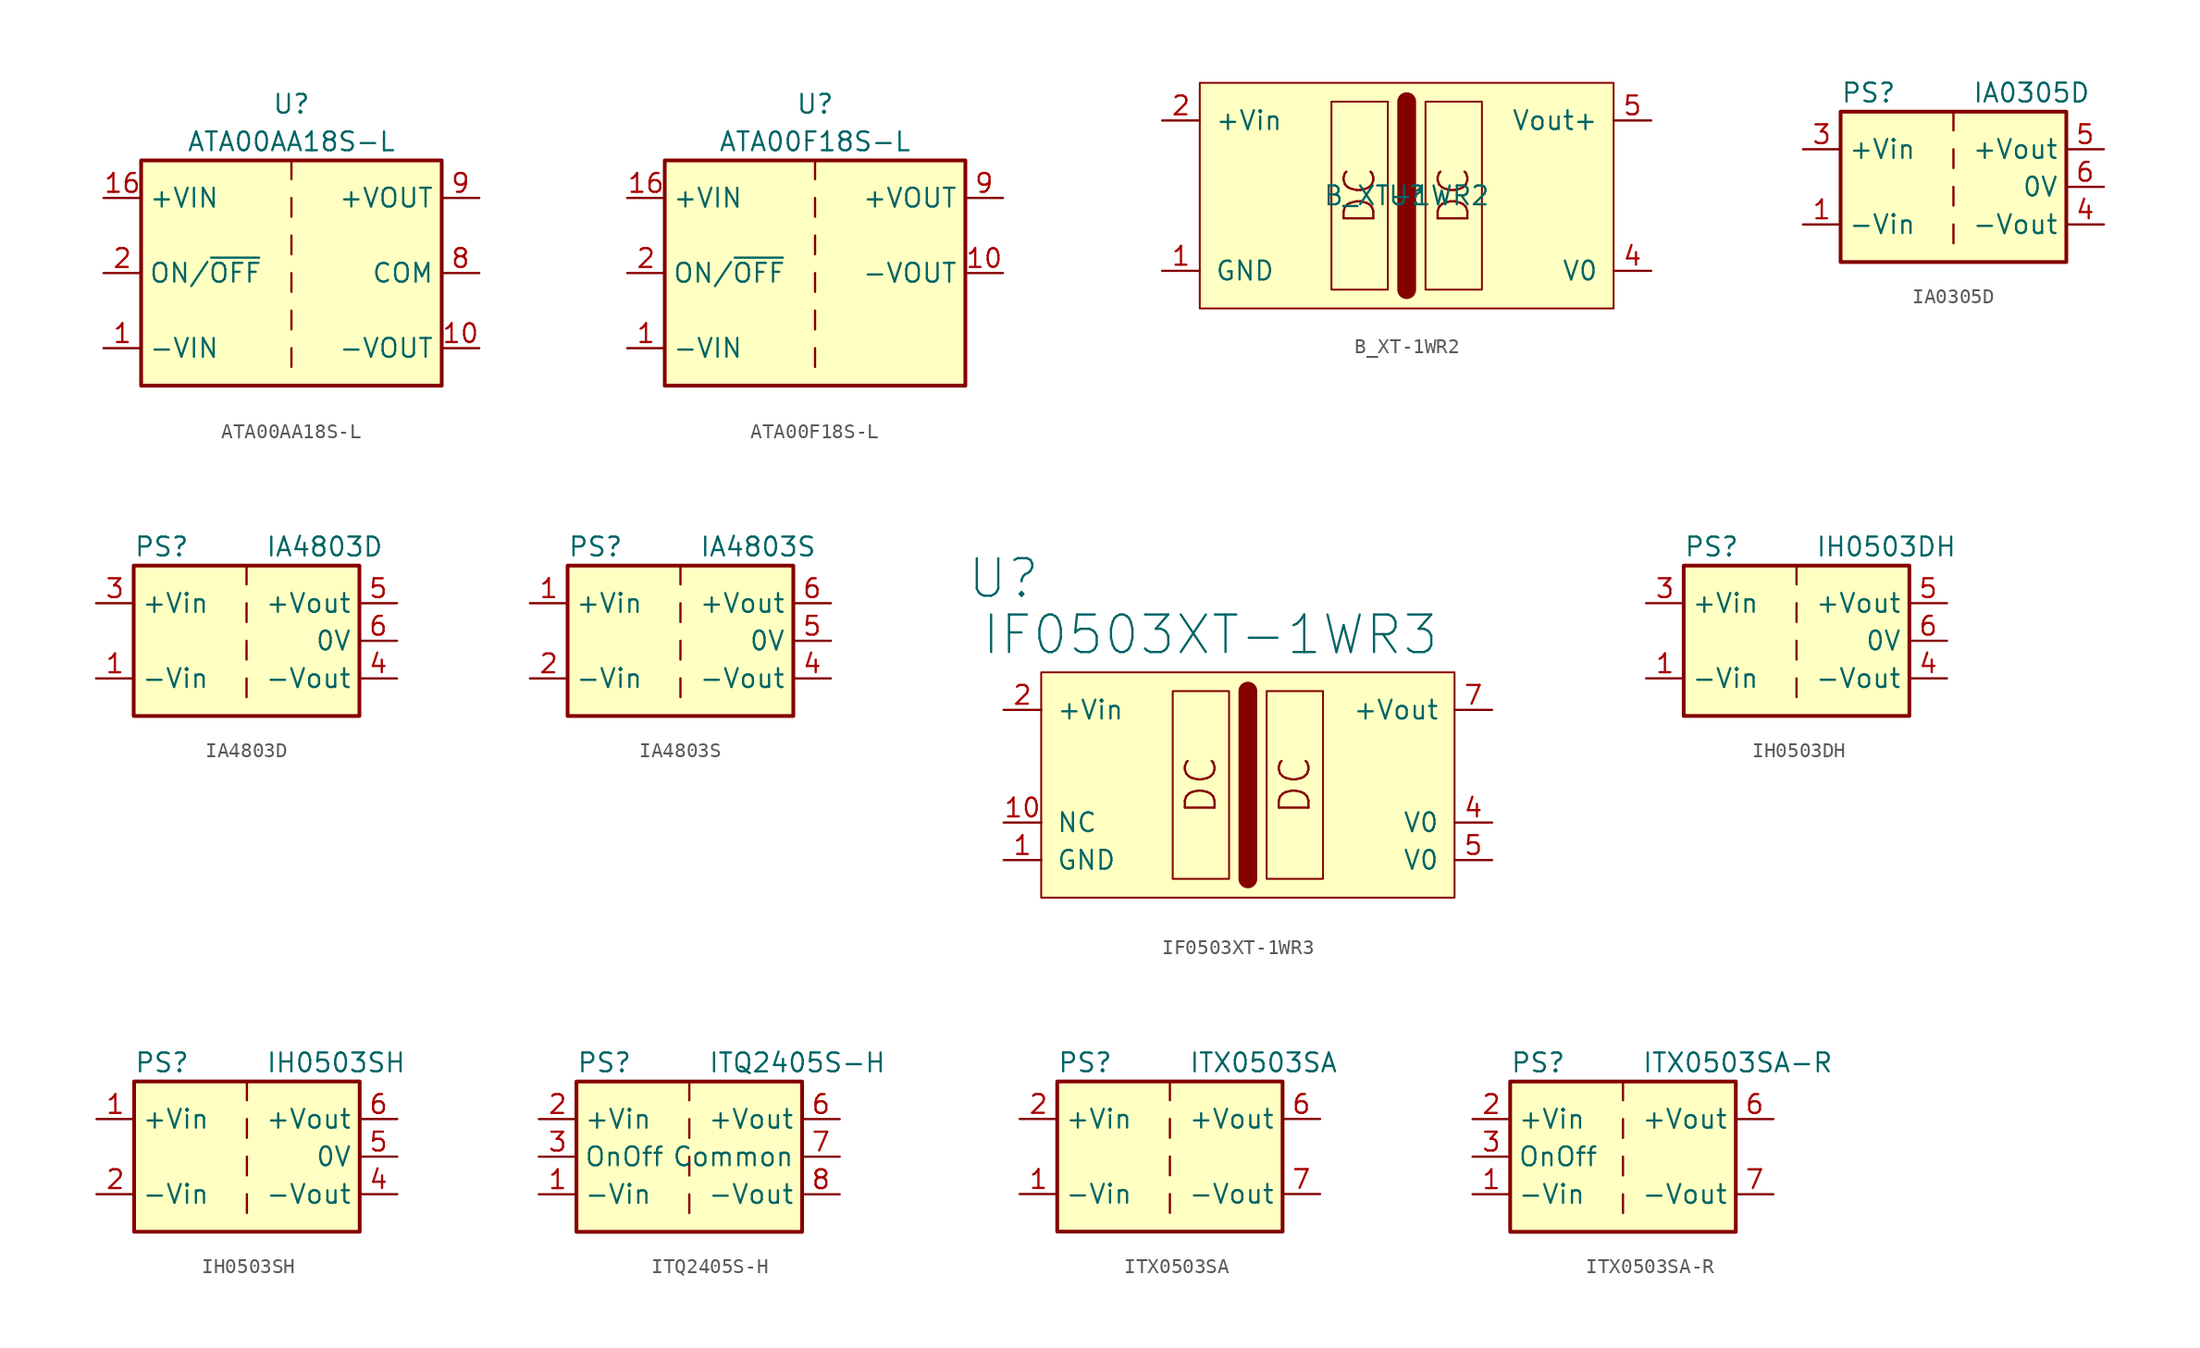
<source format=kicad_sym>
(kicad_symbol_lib
  (version 20201005)
  (generator kicad_symbol_editor)
  (symbol "ATA00AA18S-L"
    (property "Reference" "U"
      (at 0 11.43 0)
      (effects (font (size 1.27 1.27))))
    (property "Value" "ATA00AA18S-L"
      (at 0 8.89 0)
      (effects (font (size 1.27 1.27))))
    (symbol "ATA00AA18S-L_0_1"
      (rectangle (start -10.16 7.62) (end 10.16 -7.62) (stroke (width 0.254)) (fill (type background)))
      (polyline (pts (xy 0 -5.08) (xy 0 -6.35)) (stroke (width 0)) (fill (type none)))
      (polyline (pts (xy 0 -2.54) (xy 0 -3.81)) (stroke (width 0)) (fill (type none)))
      (polyline (pts (xy 0 0) (xy 0 -1.27)) (stroke (width 0)) (fill (type none)))
      (polyline (pts (xy 0 2.54) (xy 0 1.27)) (stroke (width 0)) (fill (type none)))
      (polyline (pts (xy 0 5.08) (xy 0 3.81)) (stroke (width 0)) (fill (type none)))
      (polyline (pts (xy 0 7.62) (xy 0 6.35)) (stroke (width 0)) (fill (type none))))
    (symbol "ATA00AA18S-L_1_1"
      (pin power_in line (at -12.7 -5.08 0) (length 2.54) (name "-VIN" (effects (font (size 1.27 1.27)))) (number "1" (effects (font (size 1.27 1.27)))))
      (pin power_out line (at 12.7 -5.08 180) (length 2.54) (name "-VOUT" (effects (font (size 1.27 1.27)))) (number "10" (effects (font (size 1.27 1.27)))))
      (pin power_in line (at -12.7 5.08 0) (length 2.54) (name "+VIN" (effects (font (size 1.27 1.27)))) (number "16" (effects (font (size 1.27 1.27)))))
      (pin input line (at -12.7 0 0) (length 2.54) (name "ON/~OFF" (effects (font (size 1.27 1.27)))) (number "2" (effects (font (size 1.27 1.27)))))
      (pin no_connect line (at 10.16 2.54 180) (length 2.54) hide (name "NC" (effects (font (size 1.27 1.27)))) (number "7" (effects (font (size 1.27 1.27)))))
      (pin power_out line (at 12.7 0 180) (length 2.54) (name "COM" (effects (font (size 1.27 1.27)))) (number "8" (effects (font (size 1.27 1.27)))))
      (pin power_out line (at 12.7 5.08 180) (length 2.54) (name "+VOUT" (effects (font (size 1.27 1.27)))) (number "9" (effects (font (size 1.27 1.27)))))))
  (symbol "ATA00F18S-L"
    (property "Reference" "U"
      (at 0 11.43 0)
      (effects (font (size 1.27 1.27))))
    (property "Value" "ATA00F18S-L"
      (at 0 8.89 0)
      (effects (font (size 1.27 1.27))))
    (symbol "ATA00F18S-L_0_1"
      (rectangle (start -10.16 7.62) (end 10.16 -7.62) (stroke (width 0.254)) (fill (type background)))
      (polyline (pts (xy 0 -5.08) (xy 0 -6.35)) (stroke (width 0)) (fill (type none)))
      (polyline (pts (xy 0 -2.54) (xy 0 -3.81)) (stroke (width 0)) (fill (type none)))
      (polyline (pts (xy 0 0) (xy 0 -1.27)) (stroke (width 0)) (fill (type none)))
      (polyline (pts (xy 0 2.54) (xy 0 1.27)) (stroke (width 0)) (fill (type none)))
      (polyline (pts (xy 0 5.08) (xy 0 3.81)) (stroke (width 0)) (fill (type none)))
      (polyline (pts (xy 0 7.62) (xy 0 6.35)) (stroke (width 0)) (fill (type none))))
    (symbol "ATA00F18S-L_1_1"
      (pin power_in line (at -12.7 -5.08 0) (length 2.54) (name "-VIN" (effects (font (size 1.27 1.27)))) (number "1" (effects (font (size 1.27 1.27)))))
      (pin power_out line (at 12.7 0 180) (length 2.54) (name "-VOUT" (effects (font (size 1.27 1.27)))) (number "10" (effects (font (size 1.27 1.27)))))
      (pin power_in line (at -12.7 5.08 0) (length 2.54) (name "+VIN" (effects (font (size 1.27 1.27)))) (number "16" (effects (font (size 1.27 1.27)))))
      (pin input line (at -12.7 0 0) (length 2.54) (name "ON/~OFF" (effects (font (size 1.27 1.27)))) (number "2" (effects (font (size 1.27 1.27)))))
      (pin no_connect line (at 10.16 -2.54 180) (length 2.54) hide (name "NC" (effects (font (size 1.27 1.27)))) (number "7" (effects (font (size 1.27 1.27)))))
      (pin no_connect line (at 10.16 -5.08 180) (length 2.54) hide (name "NC" (effects (font (size 1.27 1.27)))) (number "8" (effects (font (size 1.27 1.27)))))
      (pin power_out line (at 12.7 5.08 180) (length 2.54) (name "+VOUT" (effects (font (size 1.27 1.27)))) (number "9" (effects (font (size 1.27 1.27)))))))
  (symbol "B_XT-1WR2"
    (pin_names
      (offset 1.016))
    (property "Reference" "U"
      (at 0 0 0)
      (effects (font (size 1.27 1.27))))
    (property "Value" "B_XT-1WR2"
      (at 0 0 0)
      (effects (font (size 1.27 1.27))))
    (symbol "B_XT-1WR2_1_1"
      (text "DC" (at -3.175 0 900) (effects (font (size 2.007 2.007))))
      (text "DC" (at 3.175 0 900) (effects (font (size 2.007 2.007))))
      (rectangle (start -13.97 7.62) (end 13.97 -7.62) (stroke (width 0.127)) (fill (type background)))
      (rectangle (start -5.08 6.35) (end -1.27 -6.35) (stroke (width 0.127)) (fill (type none)))
      (rectangle (start 1.27 6.35) (end 5.08 -6.35) (stroke (width 0.127)) (fill (type none)))
      (polyline (pts (xy 0 6.35) (xy 0 -6.35)) (stroke (width 1.27)) (fill (type none)))
      (pin input line (at -16.51 -5.08 0) (length 2.54) (name "GND" (effects (font (size 1.27 1.27)))) (number "1" (effects (font (size 1.27 1.27)))))
      (pin input line (at -16.51 5.08 0) (length 2.54) (name "+Vin" (effects (font (size 1.27 1.27)))) (number "2" (effects (font (size 1.27 1.27)))))
      (pin input line (at 16.51 -5.08 180) (length 2.54) (name "V0" (effects (font (size 1.27 1.27)))) (number "4" (effects (font (size 1.27 1.27)))))
      (pin input line (at 16.51 5.08 180) (length 2.54) (name "Vout+" (effects (font (size 1.27 1.27)))) (number "5" (effects (font (size 1.27 1.27)))))
      (pin no_connect line (at 16.51 0 180) (length 2.54) hide (name "NC" (effects (font (size 1.27 1.27)))) (number "8" (effects (font (size 1.27 1.27)))))))
  (symbol "IA0305D"
    (property "Reference" "PS"
      (at -7.62 6.35 0)
      (effects (font (size 1.27 1.27)) (justify left)))
    (property "Value" "IA0305D"
      (at 1.27 6.35 0)
      (effects (font (size 1.27 1.27)) (justify left)))
    (symbol "IA0305D_0_0"
      (pin power_in line (at -10.16 -2.54 0) (length 2.54) (name "-Vin" (effects (font (size 1.27 1.27)))) (number "1" (effects (font (size 1.27 1.27)))))
      (pin power_in line (at -10.16 2.54 0) (length 2.54) (name "+Vin" (effects (font (size 1.27 1.27)))) (number "3" (effects (font (size 1.27 1.27)))))
      (pin power_out line (at 10.16 -2.54 180) (length 2.54) (name "-Vout" (effects (font (size 1.27 1.27)))) (number "4" (effects (font (size 1.27 1.27)))))
      (pin power_out line (at 10.16 2.54 180) (length 2.54) (name "+Vout" (effects (font (size 1.27 1.27)))) (number "5" (effects (font (size 1.27 1.27)))))
      (pin power_out line (at 10.16 0 180) (length 2.54) (name "0V" (effects (font (size 1.27 1.27)))) (number "6" (effects (font (size 1.27 1.27))))))
    (symbol "IA0305D_0_1"
      (rectangle (start -7.62 5.08) (end 7.62 -5.08) (stroke (width 0.254)) (fill (type background)))
      (polyline (pts (xy 0 -2.54) (xy 0 -3.81)) (stroke (width 0)) (fill (type none)))
      (polyline (pts (xy 0 0) (xy 0 -1.27)) (stroke (width 0)) (fill (type none)))
      (polyline (pts (xy 0 2.54) (xy 0 1.27)) (stroke (width 0)) (fill (type none)))
      (polyline (pts (xy 0 5.08) (xy 0 3.81)) (stroke (width 0)) (fill (type none))))
    (symbol "IA0305D_1_1"
      (pin no_connect line (at 0 -5.08 90) (length 2.54) hide (name "NC" (effects (font (size 1.27 1.27)))) (number "2" (effects (font (size 1.27 1.27)))))))
  (symbol "IA4803D"
    (property "Reference" "PS"
      (at -7.62 6.35 0)
      (effects (font (size 1.27 1.27)) (justify left)))
    (property "Value" "IA4803D"
      (at 1.27 6.35 0)
      (effects (font (size 1.27 1.27)) (justify left)))
    (symbol "IA4803D_0_0"
      (pin power_in line (at -10.16 -2.54 0) (length 2.54) (name "-Vin" (effects (font (size 1.27 1.27)))) (number "1" (effects (font (size 1.27 1.27)))))
      (pin power_in line (at -10.16 2.54 0) (length 2.54) (name "+Vin" (effects (font (size 1.27 1.27)))) (number "3" (effects (font (size 1.27 1.27)))))
      (pin power_out line (at 10.16 -2.54 180) (length 2.54) (name "-Vout" (effects (font (size 1.27 1.27)))) (number "4" (effects (font (size 1.27 1.27)))))
      (pin power_out line (at 10.16 2.54 180) (length 2.54) (name "+Vout" (effects (font (size 1.27 1.27)))) (number "5" (effects (font (size 1.27 1.27)))))
      (pin power_out line (at 10.16 0 180) (length 2.54) (name "0V" (effects (font (size 1.27 1.27)))) (number "6" (effects (font (size 1.27 1.27))))))
    (symbol "IA4803D_0_1"
      (rectangle (start -7.62 5.08) (end 7.62 -5.08) (stroke (width 0.254)) (fill (type background)))
      (polyline (pts (xy 0 -2.54) (xy 0 -3.81)) (stroke (width 0)) (fill (type none)))
      (polyline (pts (xy 0 0) (xy 0 -1.27)) (stroke (width 0)) (fill (type none)))
      (polyline (pts (xy 0 2.54) (xy 0 1.27)) (stroke (width 0)) (fill (type none)))
      (polyline (pts (xy 0 5.08) (xy 0 3.81)) (stroke (width 0)) (fill (type none))))
    (symbol "IA4803D_1_1"
      (pin no_connect line (at 0 -5.08 90) (length 2.54) hide (name "NC" (effects (font (size 1.27 1.27)))) (number "2" (effects (font (size 1.27 1.27)))))))
  (symbol "IA4803S"
    (property "Reference" "PS"
      (at -7.62 6.35 0)
      (effects (font (size 1.27 1.27)) (justify left)))
    (property "Value" "IA4803S"
      (at 1.27 6.35 0)
      (effects (font (size 1.27 1.27)) (justify left)))
    (symbol "IA4803S_0_0"
      (pin power_in line (at -10.16 2.54 0) (length 2.54) (name "+Vin" (effects (font (size 1.27 1.27)))) (number "1" (effects (font (size 1.27 1.27)))))
      (pin power_in line (at -10.16 -2.54 0) (length 2.54) (name "-Vin" (effects (font (size 1.27 1.27)))) (number "2" (effects (font (size 1.27 1.27)))))
      (pin power_out line (at 10.16 -2.54 180) (length 2.54) (name "-Vout" (effects (font (size 1.27 1.27)))) (number "4" (effects (font (size 1.27 1.27)))))
      (pin power_out line (at 10.16 0 180) (length 2.54) (name "0V" (effects (font (size 1.27 1.27)))) (number "5" (effects (font (size 1.27 1.27)))))
      (pin power_out line (at 10.16 2.54 180) (length 2.54) (name "+Vout" (effects (font (size 1.27 1.27)))) (number "6" (effects (font (size 1.27 1.27))))))
    (symbol "IA4803S_0_1"
      (rectangle (start -7.62 5.08) (end 7.62 -5.08) (stroke (width 0.254)) (fill (type background)))
      (polyline (pts (xy 0 -2.54) (xy 0 -3.81)) (stroke (width 0)) (fill (type none)))
      (polyline (pts (xy 0 0) (xy 0 -1.27)) (stroke (width 0)) (fill (type none)))
      (polyline (pts (xy 0 2.54) (xy 0 1.27)) (stroke (width 0)) (fill (type none)))
      (polyline (pts (xy 0 5.08) (xy 0 3.81)) (stroke (width 0)) (fill (type none)))))
  (symbol "IF0503XT-1WR3"
    (pin_names
      (offset 1.016))
    (property "Reference" "U"
      (at -16.51 13.97 0)
      (effects (font (size 2.54 2.54))))
    (property "Value" "IF0503XT-1WR3"
      (at -2.54 10.16 0)
      (effects (font (size 2.54 2.54))))
    (symbol "IF0503XT-1WR3_0_0"
      (text "DC" (at -3.175 0 900) (effects (font (size 2.007 2.007))))
      (text "DC" (at 3.175 0 900) (effects (font (size 2.007 2.007)))))
    (symbol "IF0503XT-1WR3_0_1"
      (rectangle (start -13.97 7.62) (end 13.97 -7.62) (stroke (width 0.127)) (fill (type background)))
      (rectangle (start -5.08 6.35) (end -1.27 -6.35) (stroke (width 0.127)) (fill (type none)))
      (rectangle (start 1.27 6.35) (end 5.08 -6.35) (stroke (width 0.127)) (fill (type none)))
      (polyline (pts (xy 0 6.35) (xy 0 -6.35)) (stroke (width 1.27)) (fill (type none))))
    (symbol "IF0503XT-1WR3_1_1"
      (pin input line (at -16.51 -5.08 0) (length 2.54) (name "GND" (effects (font (size 1.27 1.27)))) (number "1" (effects (font (size 1.27 1.27)))))
      (pin input line (at -16.51 -2.54 0) (length 2.54) (name "NC" (effects (font (size 1.27 1.27)))) (number "10" (effects (font (size 1.27 1.27)))))
      (pin input line (at -16.51 5.08 0) (length 2.54) (name "+Vin" (effects (font (size 1.27 1.27)))) (number "2" (effects (font (size 1.27 1.27)))))
      (pin input line (at 16.51 -2.54 180) (length 2.54) (name "V0" (effects (font (size 1.27 1.27)))) (number "4" (effects (font (size 1.27 1.27)))))
      (pin input line (at 16.51 -5.08 180) (length 2.54) (name "V0" (effects (font (size 1.27 1.27)))) (number "5" (effects (font (size 1.27 1.27)))))
      (pin input line (at 16.51 5.08 180) (length 2.54) (name "+Vout" (effects (font (size 1.27 1.27)))) (number "7" (effects (font (size 1.27 1.27)))))))
  (symbol "IH0503DH"
    (property "Reference" "PS"
      (at -7.62 6.35 0)
      (effects (font (size 1.27 1.27)) (justify left)))
    (property "Value" "IH0503DH"
      (at 1.27 6.35 0)
      (effects (font (size 1.27 1.27)) (justify left)))
    (symbol "IH0503DH_0_0"
      (pin power_in line (at -10.16 -2.54 0) (length 2.54) (name "-Vin" (effects (font (size 1.27 1.27)))) (number "1" (effects (font (size 1.27 1.27)))))
      (pin power_in line (at -10.16 2.54 0) (length 2.54) (name "+Vin" (effects (font (size 1.27 1.27)))) (number "3" (effects (font (size 1.27 1.27)))))
      (pin power_out line (at 10.16 -2.54 180) (length 2.54) (name "-Vout" (effects (font (size 1.27 1.27)))) (number "4" (effects (font (size 1.27 1.27)))))
      (pin power_out line (at 10.16 2.54 180) (length 2.54) (name "+Vout" (effects (font (size 1.27 1.27)))) (number "5" (effects (font (size 1.27 1.27)))))
      (pin power_out line (at 10.16 0 180) (length 2.54) (name "0V" (effects (font (size 1.27 1.27)))) (number "6" (effects (font (size 1.27 1.27))))))
    (symbol "IH0503DH_0_1"
      (rectangle (start -7.62 5.08) (end 7.62 -5.08) (stroke (width 0.254)) (fill (type background)))
      (polyline (pts (xy 0 -2.54) (xy 0 -3.81)) (stroke (width 0)) (fill (type none)))
      (polyline (pts (xy 0 0) (xy 0 -1.27)) (stroke (width 0)) (fill (type none)))
      (polyline (pts (xy 0 2.54) (xy 0 1.27)) (stroke (width 0)) (fill (type none)))
      (polyline (pts (xy 0 5.08) (xy 0 3.81)) (stroke (width 0)) (fill (type none))))
    (symbol "IH0503DH_1_1"
      (pin no_connect line (at 0 -5.08 90) (length 2.54) hide (name "NC" (effects (font (size 1.27 1.27)))) (number "2" (effects (font (size 1.27 1.27)))))))
  (symbol "IH0503SH"
    (property "Reference" "PS"
      (at -7.62 6.35 0)
      (effects (font (size 1.27 1.27)) (justify left)))
    (property "Value" "IH0503SH"
      (at 1.27 6.35 0)
      (effects (font (size 1.27 1.27)) (justify left)))
    (symbol "IH0503SH_0_0"
      (pin power_in line (at -10.16 2.54 0) (length 2.54) (name "+Vin" (effects (font (size 1.27 1.27)))) (number "1" (effects (font (size 1.27 1.27)))))
      (pin power_in line (at -10.16 -2.54 0) (length 2.54) (name "-Vin" (effects (font (size 1.27 1.27)))) (number "2" (effects (font (size 1.27 1.27)))))
      (pin power_out line (at 10.16 -2.54 180) (length 2.54) (name "-Vout" (effects (font (size 1.27 1.27)))) (number "4" (effects (font (size 1.27 1.27)))))
      (pin power_out line (at 10.16 0 180) (length 2.54) (name "0V" (effects (font (size 1.27 1.27)))) (number "5" (effects (font (size 1.27 1.27)))))
      (pin power_out line (at 10.16 2.54 180) (length 2.54) (name "+Vout" (effects (font (size 1.27 1.27)))) (number "6" (effects (font (size 1.27 1.27))))))
    (symbol "IH0503SH_0_1"
      (rectangle (start -7.62 5.08) (end 7.62 -5.08) (stroke (width 0.254)) (fill (type background)))
      (polyline (pts (xy 0 -2.54) (xy 0 -3.81)) (stroke (width 0)) (fill (type none)))
      (polyline (pts (xy 0 0) (xy 0 -1.27)) (stroke (width 0)) (fill (type none)))
      (polyline (pts (xy 0 2.54) (xy 0 1.27)) (stroke (width 0)) (fill (type none)))
      (polyline (pts (xy 0 5.08) (xy 0 3.81)) (stroke (width 0)) (fill (type none)))))
  (symbol "ITQ2405S-H"
    (property "Reference" "PS"
      (at -7.62 6.35 0)
      (effects (font (size 1.27 1.27)) (justify left)))
    (property "Value" "ITQ2405S-H"
      (at 1.27 6.35 0)
      (effects (font (size 1.27 1.27)) (justify left)))
    (symbol "ITQ2405S-H_0_0"
      (pin power_in line (at -10.16 -2.54 0) (length 2.54) (name "-Vin" (effects (font (size 1.27 1.27)))) (number "1" (effects (font (size 1.27 1.27)))))
      (pin power_in line (at -10.16 2.54 0) (length 2.54) (name "+Vin" (effects (font (size 1.27 1.27)))) (number "2" (effects (font (size 1.27 1.27)))))
      (pin input line (at -10.16 0 0) (length 2.54) (name "OnOff" (effects (font (size 1.27 1.27)))) (number "3" (effects (font (size 1.27 1.27)))))
      (pin power_out line (at 10.16 2.54 180) (length 2.54) (name "+Vout" (effects (font (size 1.27 1.27)))) (number "6" (effects (font (size 1.27 1.27)))))
      (pin power_out line (at 10.16 0 180) (length 2.54) (name "Common" (effects (font (size 1.27 1.27)))) (number "7" (effects (font (size 1.27 1.27)))))
      (pin power_out line (at 10.16 -2.54 180) (length 2.54) (name "-Vout" (effects (font (size 1.27 1.27)))) (number "8" (effects (font (size 1.27 1.27))))))
    (symbol "ITQ2405S-H_0_1"
      (rectangle (start -7.62 5.08) (end 7.62 -5.08) (stroke (width 0.254)) (fill (type background)))
      (polyline (pts (xy 0 -2.54) (xy 0 -3.81)) (stroke (width 0)) (fill (type none)))
      (polyline (pts (xy 0 0) (xy 0 -1.27)) (stroke (width 0)) (fill (type none)))
      (polyline (pts (xy 0 2.54) (xy 0 1.27)) (stroke (width 0)) (fill (type none)))
      (polyline (pts (xy 0 5.08) (xy 0 3.81)) (stroke (width 0)) (fill (type none)))))
  (symbol "ITX0503SA"
    (property "Reference" "PS"
      (at -7.62 6.35 0)
      (effects (font (size 1.27 1.27)) (justify left)))
    (property "Value" "ITX0503SA"
      (at 1.27 6.35 0)
      (effects (font (size 1.27 1.27)) (justify left)))
    (symbol "ITX0503SA_0_0"
      (pin power_in line (at -10.16 -2.54 0) (length 2.54) (name "-Vin" (effects (font (size 1.27 1.27)))) (number "1" (effects (font (size 1.27 1.27)))))
      (pin power_in line (at -10.16 2.54 0) (length 2.54) (name "+Vin" (effects (font (size 1.27 1.27)))) (number "2" (effects (font (size 1.27 1.27)))))
      (pin power_out line (at 10.16 2.54 180) (length 2.54) (name "+Vout" (effects (font (size 1.27 1.27)))) (number "6" (effects (font (size 1.27 1.27)))))
      (pin power_out line (at 10.16 -2.54 180) (length 2.54) (name "-Vout" (effects (font (size 1.27 1.27)))) (number "7" (effects (font (size 1.27 1.27)))))
      (pin no_connect line (at 7.62 0 180) (length 2.54) hide (name "NC" (effects (font (size 1.27 1.27)))) (number "8" (effects (font (size 1.27 1.27))))))
    (symbol "ITX0503SA_0_1"
      (rectangle (start -7.62 5.08) (end 7.62 -5.08) (stroke (width 0.254)) (fill (type background)))
      (polyline (pts (xy 0 -2.54) (xy 0 -3.81)) (stroke (width 0)) (fill (type none)))
      (polyline (pts (xy 0 0) (xy 0 -1.27)) (stroke (width 0)) (fill (type none)))
      (polyline (pts (xy 0 2.54) (xy 0 1.27)) (stroke (width 0)) (fill (type none)))
      (polyline (pts (xy 0 5.08) (xy 0 3.81)) (stroke (width 0)) (fill (type none)))))
  (symbol "ITX0503SA-R"
    (property "Reference" "PS"
      (at -7.62 6.35 0)
      (effects (font (size 1.27 1.27)) (justify left)))
    (property "Value" "ITX0503SA-R"
      (at 1.27 6.35 0)
      (effects (font (size 1.27 1.27)) (justify left)))
    (symbol "ITX0503SA-R_0_0"
      (pin power_in line (at -10.16 -2.54 0) (length 2.54) (name "-Vin" (effects (font (size 1.27 1.27)))) (number "1" (effects (font (size 1.27 1.27)))))
      (pin power_in line (at -10.16 2.54 0) (length 2.54) (name "+Vin" (effects (font (size 1.27 1.27)))) (number "2" (effects (font (size 1.27 1.27)))))
      (pin input line (at -10.16 0 0) (length 2.54) (name "OnOff" (effects (font (size 1.27 1.27)))) (number "3" (effects (font (size 1.27 1.27)))))
      (pin no_connect line (at 0 5.08 270) (length 2.54) hide (name "NC" (effects (font (size 1.27 1.27)))) (number "5" (effects (font (size 1.27 1.27)))))
      (pin power_out line (at 10.16 2.54 180) (length 2.54) (name "+Vout" (effects (font (size 1.27 1.27)))) (number "6" (effects (font (size 1.27 1.27)))))
      (pin power_out line (at 10.16 -2.54 180) (length 2.54) (name "-Vout" (effects (font (size 1.27 1.27)))) (number "7" (effects (font (size 1.27 1.27)))))
      (pin no_connect line (at 7.62 0 180) (length 2.54) hide (name "NC" (effects (font (size 1.27 1.27)))) (number "8" (effects (font (size 1.27 1.27))))))
    (symbol "ITX0503SA-R_0_1"
      (rectangle (start -7.62 5.08) (end 7.62 -5.08) (stroke (width 0.254)) (fill (type background)))
      (polyline (pts (xy 0 -2.54) (xy 0 -3.81)) (stroke (width 0)) (fill (type none)))
      (polyline (pts (xy 0 0) (xy 0 -1.27)) (stroke (width 0)) (fill (type none)))
      (polyline (pts (xy 0 2.54) (xy 0 1.27)) (stroke (width 0)) (fill (type none)))
      (polyline (pts (xy 0 5.08) (xy 0 3.81)) (stroke (width 0)) (fill (type none))))))
</source>
